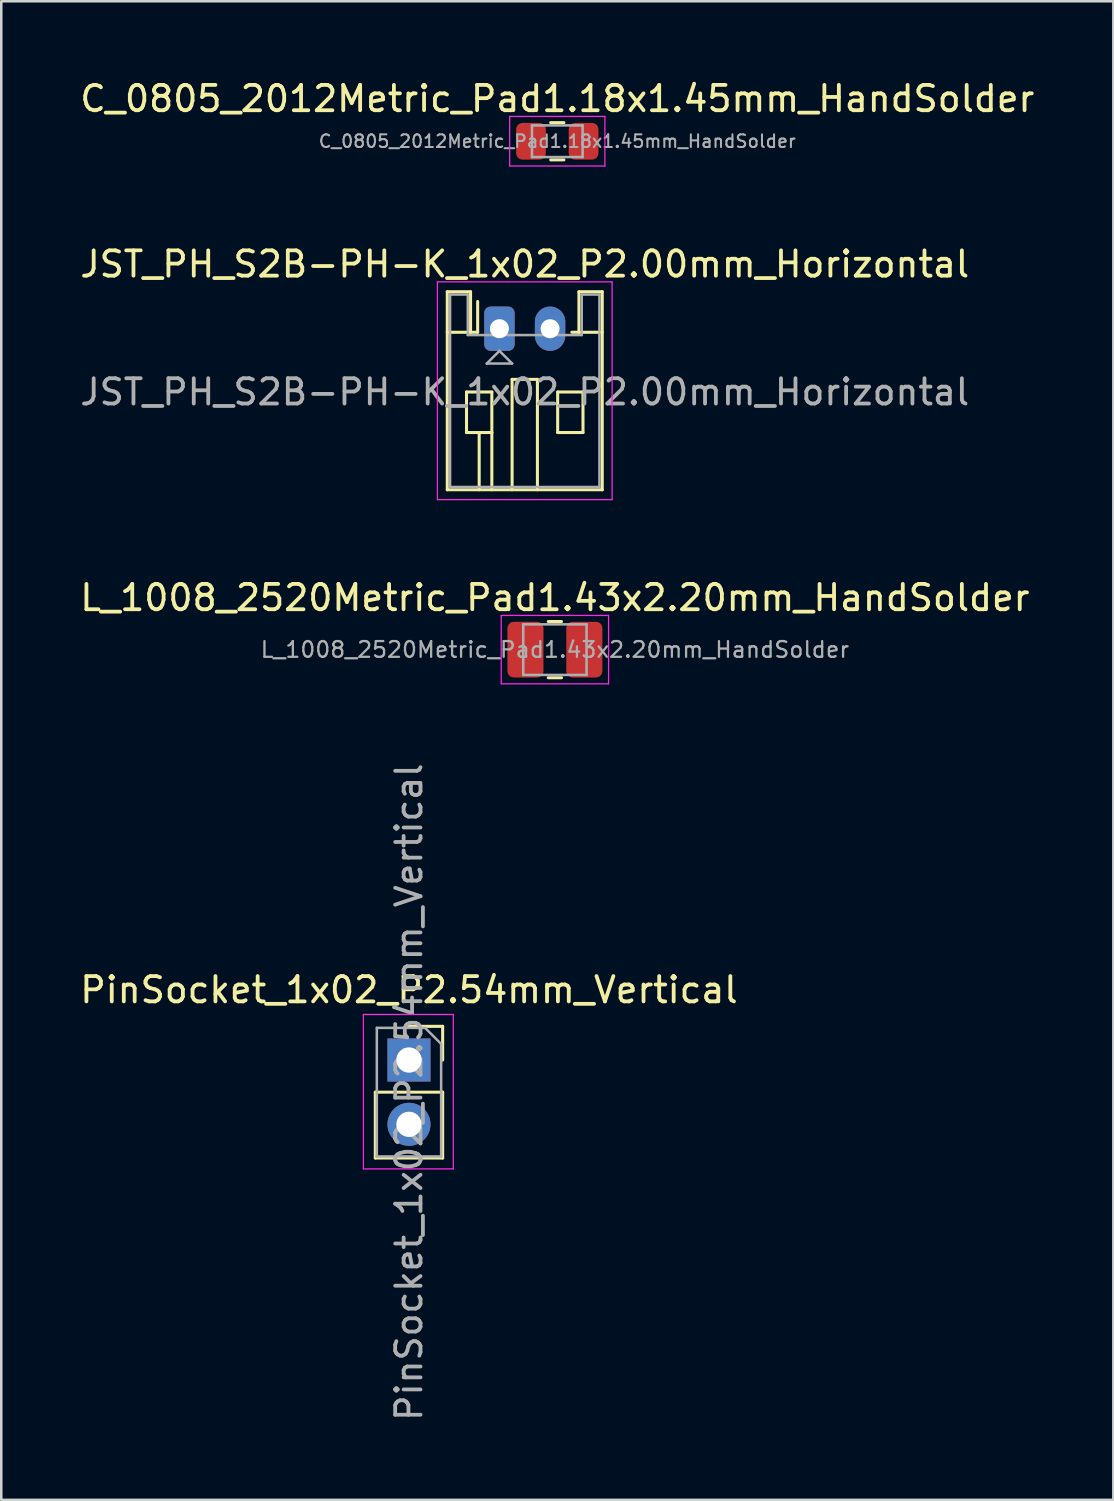
<source format=kicad_pcb>
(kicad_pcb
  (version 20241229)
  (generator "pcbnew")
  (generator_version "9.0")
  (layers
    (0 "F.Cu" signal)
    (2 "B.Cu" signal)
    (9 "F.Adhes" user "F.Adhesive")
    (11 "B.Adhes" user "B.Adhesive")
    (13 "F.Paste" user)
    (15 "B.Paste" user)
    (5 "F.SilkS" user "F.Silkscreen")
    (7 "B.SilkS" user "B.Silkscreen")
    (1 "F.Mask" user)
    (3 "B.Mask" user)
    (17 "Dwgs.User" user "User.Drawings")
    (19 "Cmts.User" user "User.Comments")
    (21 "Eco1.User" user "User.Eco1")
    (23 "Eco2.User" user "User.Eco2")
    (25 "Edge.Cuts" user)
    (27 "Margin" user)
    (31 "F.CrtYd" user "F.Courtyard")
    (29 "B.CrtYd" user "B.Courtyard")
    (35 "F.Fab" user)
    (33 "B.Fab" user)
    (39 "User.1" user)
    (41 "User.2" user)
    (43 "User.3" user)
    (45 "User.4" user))
  (footprint "JST_PH_S2B-PH-K_1x02_P2.00mm_Horizontal"
    (layer "F.Cu")
    (at 16.673 9.931)
    (property "Reference" "JST_PH_S2B-PH-K_1x02_P2.00mm_Horizontal" (at 1 -2.55 0) (layer "F.SilkS") (effects (font (size 1 1) (thickness 0.15))))
    (attr through_hole)
    (fp_line (start -2.06 -1.46) (end -2.06 6.36) (stroke (width 0.12) (type solid)) (layer "F.SilkS"))
    (fp_line (start -2.06 0.14) (end -1.14 0.14) (stroke (width 0.12) (type solid)) (layer "F.SilkS"))
    (fp_line (start -2.06 6.36) (end 4.06 6.36) (stroke (width 0.12) (type solid)) (layer "F.SilkS"))
    (fp_line (start -1.3 2.5) (end -1.3 4.1) (stroke (width 0.12) (type solid)) (layer "F.SilkS"))
    (fp_line (start -1.3 4.1) (end -0.3 4.1) (stroke (width 0.12) (type solid)) (layer "F.SilkS"))
    (fp_line (start -1.14 -1.46) (end -2.06 -1.46) (stroke (width 0.12) (type solid)) (layer "F.SilkS"))
    (fp_line (start -1.14 0.14) (end -1.14 -1.46) (stroke (width 0.12) (type solid)) (layer "F.SilkS"))
    (fp_line (start -0.86 0.14) (end -1.14 0.14) (stroke (width 0.12) (type solid)) (layer "F.SilkS"))
    (fp_line (start -0.86 0.14) (end -0.86 -1.075) (stroke (width 0.12) (type solid)) (layer "F.SilkS"))
    (fp_line (start -0.8 4.1) (end -0.8 6.36) (stroke (width 0.12) (type solid)) (layer "F.SilkS"))
    (fp_line (start -0.3 2.5) (end -1.3 2.5) (stroke (width 0.12) (type solid)) (layer "F.SilkS"))
    (fp_line (start -0.3 4.1) (end -0.3 2.5) (stroke (width 0.12) (type solid)) (layer "F.SilkS"))
    (fp_line (start -0.3 4.1) (end -0.3 6.36) (stroke (width 0.12) (type solid)) (layer "F.SilkS"))
    (fp_line (start 0.5 2) (end 1.5 2) (stroke (width 0.12) (type solid)) (layer "F.SilkS"))
    (fp_line (start 0.5 6.36) (end 0.5 2) (stroke (width 0.12) (type solid)) (layer "F.SilkS"))
    (fp_line (start 1.5 2) (end 1.5 6.36) (stroke (width 0.12) (type solid)) (layer "F.SilkS"))
    (fp_line (start 2.3 2.5) (end 3.3 2.5) (stroke (width 0.12) (type solid)) (layer "F.SilkS"))
    (fp_line (start 2.3 4.1) (end 2.3 2.5) (stroke (width 0.12) (type solid)) (layer "F.SilkS"))
    (fp_line (start 3.14 -1.46) (end 3.14 0.14) (stroke (width 0.12) (type solid)) (layer "F.SilkS"))
    (fp_line (start 3.14 0.14) (end 2.86 0.14) (stroke (width 0.12) (type solid)) (layer "F.SilkS"))
    (fp_line (start 3.3 2.5) (end 3.3 4.1) (stroke (width 0.12) (type solid)) (layer "F.SilkS"))
    (fp_line (start 3.3 4.1) (end 2.3 4.1) (stroke (width 0.12) (type solid)) (layer "F.SilkS"))
    (fp_line (start 4.06 -1.46) (end 3.14 -1.46) (stroke (width 0.12) (type solid)) (layer "F.SilkS"))
    (fp_line (start 4.06 0.14) (end 3.14 0.14) (stroke (width 0.12) (type solid)) (layer "F.SilkS"))
    (fp_line (start 4.06 6.36) (end 4.06 -1.46) (stroke (width 0.12) (type solid)) (layer "F.SilkS"))
    (fp_line (start -2.45 -1.85) (end -2.45 6.75) (stroke (width 0.05) (type solid)) (layer "F.CrtYd"))
    (fp_line (start -2.45 6.75) (end 4.45 6.75) (stroke (width 0.05) (type solid)) (layer "F.CrtYd"))
    (fp_line (start 4.45 -1.85) (end -2.45 -1.85) (stroke (width 0.05) (type solid)) (layer "F.CrtYd"))
    (fp_line (start 4.45 6.75) (end 4.45 -1.85) (stroke (width 0.05) (type solid)) (layer "F.CrtYd"))
    (fp_line (start -1.95 -1.35) (end -1.95 6.25) (stroke (width 0.1) (type solid)) (layer "F.Fab"))
    (fp_line (start -1.95 6.25) (end 3.95 6.25) (stroke (width 0.1) (type solid)) (layer "F.Fab"))
    (fp_line (start -1.25 -1.35) (end -1.95 -1.35) (stroke (width 0.1) (type solid)) (layer "F.Fab"))
    (fp_line (start -1.25 0.25) (end -1.25 -1.35) (stroke (width 0.1) (type solid)) (layer "F.Fab"))
    (fp_line (start -0.5 1.375) (end 0.5 1.375) (stroke (width 0.1) (type solid)) (layer "F.Fab"))
    (fp_line (start 0 0.875) (end -0.5 1.375) (stroke (width 0.1) (type solid)) (layer "F.Fab"))
    (fp_line (start 0.5 1.375) (end 0 0.875) (stroke (width 0.1) (type solid)) (layer "F.Fab"))
    (fp_line (start 3.25 -1.35) (end 3.25 0.25) (stroke (width 0.1) (type solid)) (layer "F.Fab"))
    (fp_line (start 3.25 0.25) (end -1.25 0.25) (stroke (width 0.1) (type solid)) (layer "F.Fab"))
    (fp_line (start 3.95 -1.35) (end 3.25 -1.35) (stroke (width 0.1) (type solid)) (layer "F.Fab"))
    (fp_line (start 3.95 6.25) (end 3.95 -1.35) (stroke (width 0.1) (type solid)) (layer "F.Fab"))
    (fp_text user "${REFERENCE}" (at 1 2.5 0) (layer "F.Fab") (effects (font (size 1 1) (thickness 0.15))))
    (pad "1" thru_hole roundrect (at 0 0 180) (size 1.2 1.75) (drill 0.75) (layers "*.Cu" "*.Mask") (roundrect_rratio 0.208))
    (pad "2" thru_hole oval (at 2 0 180) (size 1.2 1.75) (drill 0.75) (layers "*.Cu" "*.Mask")))
  (footprint "L_1008_2520Metric_Pad1.43x2.20mm_HandSolder"
    (layer "F.Cu")
    (at 18.863 22.605)
    (property "Reference" "L_1008_2520Metric_Pad1.43x2.20mm_HandSolder" (at 0 -2.05 0) (layer "F.SilkS") (effects (font (size 1 1) (thickness 0.15))))
    (attr smd)
    (fp_line (start -0.261 -1.11) (end 0.261 -1.11) (stroke (width 0.12) (type solid)) (layer "F.SilkS"))
    (fp_line (start -0.261 1.11) (end 0.261 1.11) (stroke (width 0.12) (type solid)) (layer "F.SilkS"))
    (fp_line (start -2.12 -1.35) (end 2.12 -1.35) (stroke (width 0.05) (type solid)) (layer "F.CrtYd"))
    (fp_line (start -2.12 1.35) (end -2.12 -1.35) (stroke (width 0.05) (type solid)) (layer "F.CrtYd"))
    (fp_line (start 2.12 -1.35) (end 2.12 1.35) (stroke (width 0.05) (type solid)) (layer "F.CrtYd"))
    (fp_line (start 2.12 1.35) (end -2.12 1.35) (stroke (width 0.05) (type solid)) (layer "F.CrtYd"))
    (fp_line (start -1.25 -1) (end 1.25 -1) (stroke (width 0.1) (type solid)) (layer "F.Fab"))
    (fp_line (start -1.25 1) (end -1.25 -1) (stroke (width 0.1) (type solid)) (layer "F.Fab"))
    (fp_line (start 1.25 -1) (end 1.25 1) (stroke (width 0.1) (type solid)) (layer "F.Fab"))
    (fp_line (start 1.25 1) (end -1.25 1) (stroke (width 0.1) (type solid)) (layer "F.Fab"))
    (fp_text user "${REFERENCE}" (at 0 0 0) (layer "F.Fab") (effects (font (size 0.62 0.62) (thickness 0.09))))
    (pad "1" smd roundrect (at -1.163 0) (size 1.425 2.2) (layers "F.Cu" "F.Mask" "F.Paste") (roundrect_rratio 0.175))
    (pad "2" smd roundrect (at 1.163 0) (size 1.425 2.2) (layers "F.Cu" "F.Mask" "F.Paste") (roundrect_rratio 0.175)))
  (footprint "PinSocket_1x02_P2.54mm_Vertical"
    (layer "F.Cu")
    (at 13.101 38.811)
    (property "Reference" "PinSocket_1x02_P2.54mm_Vertical" (at 0 -2.77 0) (layer "F.SilkS") (effects (font (size 1 1) (thickness 0.15))))
    (attr through_hole)
    (fp_line (start -1.33 1.27) (end -1.33 3.87) (stroke (width 0.12) (type solid)) (layer "F.SilkS"))
    (fp_line (start -1.33 1.27) (end 1.33 1.27) (stroke (width 0.12) (type solid)) (layer "F.SilkS"))
    (fp_line (start -1.33 3.87) (end 1.33 3.87) (stroke (width 0.12) (type solid)) (layer "F.SilkS"))
    (fp_line (start 0 -1.33) (end 1.33 -1.33) (stroke (width 0.12) (type solid)) (layer "F.SilkS"))
    (fp_line (start 1.33 -1.33) (end 1.33 0) (stroke (width 0.12) (type solid)) (layer "F.SilkS"))
    (fp_line (start 1.33 1.27) (end 1.33 3.87) (stroke (width 0.12) (type solid)) (layer "F.SilkS"))
    (fp_line (start -1.8 -1.8) (end 1.75 -1.8) (stroke (width 0.05) (type solid)) (layer "F.CrtYd"))
    (fp_line (start -1.8 4.3) (end -1.8 -1.8) (stroke (width 0.05) (type solid)) (layer "F.CrtYd"))
    (fp_line (start 1.75 -1.8) (end 1.75 4.3) (stroke (width 0.05) (type solid)) (layer "F.CrtYd"))
    (fp_line (start 1.75 4.3) (end -1.8 4.3) (stroke (width 0.05) (type solid)) (layer "F.CrtYd"))
    (fp_line (start -1.27 -1.27) (end 0.635 -1.27) (stroke (width 0.1) (type solid)) (layer "F.Fab"))
    (fp_line (start -1.27 3.81) (end -1.27 -1.27) (stroke (width 0.1) (type solid)) (layer "F.Fab"))
    (fp_line (start 0.635 -1.27) (end 1.27 -0.635) (stroke (width 0.1) (type solid)) (layer "F.Fab"))
    (fp_line (start 1.27 -0.635) (end 1.27 3.81) (stroke (width 0.1) (type solid)) (layer "F.Fab"))
    (fp_line (start 1.27 3.81) (end -1.27 3.81) (stroke (width 0.1) (type solid)) (layer "F.Fab"))
    (fp_text user "${REFERENCE}" (at 0 1.27 90) (layer "F.Fab") (effects (font (size 1 1) (thickness 0.15))))
    (pad "1" thru_hole rect (at 0 0) (size 1.7 1.7) (drill 1) (layers "*.Cu" "*.Mask"))
    (pad "2" thru_hole oval (at 0 2.54) (size 1.7 1.7) (drill 1) (layers "*.Cu" "*.Mask")))
  (footprint "C_0805_2012Metric_Pad1.18x1.45mm_HandSolder"
    (layer "F.Cu")
    (at 18.958 2.528)
    (property "Reference" "C_0805_2012Metric_Pad1.18x1.45mm_HandSolder" (at 0 -1.68 0) (layer "F.SilkS") (effects (font (size 1 1) (thickness 0.15))))
    (attr smd)
    (fp_line (start -0.261 -0.735) (end 0.261 -0.735) (stroke (width 0.12) (type solid)) (layer "F.SilkS"))
    (fp_line (start -0.261 0.735) (end 0.261 0.735) (stroke (width 0.12) (type solid)) (layer "F.SilkS"))
    (fp_line (start -1.88 -0.98) (end 1.88 -0.98) (stroke (width 0.05) (type solid)) (layer "F.CrtYd"))
    (fp_line (start -1.88 0.98) (end -1.88 -0.98) (stroke (width 0.05) (type solid)) (layer "F.CrtYd"))
    (fp_line (start 1.88 -0.98) (end 1.88 0.98) (stroke (width 0.05) (type solid)) (layer "F.CrtYd"))
    (fp_line (start 1.88 0.98) (end -1.88 0.98) (stroke (width 0.05) (type solid)) (layer "F.CrtYd"))
    (fp_line (start -1 -0.625) (end 1 -0.625) (stroke (width 0.1) (type solid)) (layer "F.Fab"))
    (fp_line (start -1 0.625) (end -1 -0.625) (stroke (width 0.1) (type solid)) (layer "F.Fab"))
    (fp_line (start 1 -0.625) (end 1 0.625) (stroke (width 0.1) (type solid)) (layer "F.Fab"))
    (fp_line (start 1 0.625) (end -1 0.625) (stroke (width 0.1) (type solid)) (layer "F.Fab"))
    (fp_text user "${REFERENCE}" (at 0 0 0) (layer "F.Fab") (effects (font (size 0.5 0.5) (thickness 0.08))))
    (pad "1" smd roundrect (at -1.038 0) (size 1.175 1.45) (layers "F.Cu" "F.Mask" "F.Paste") (roundrect_rratio 0.213))
    (pad "2" smd roundrect (at 1.038 0) (size 1.175 1.45) (layers "F.Cu" "F.Mask" "F.Paste") (roundrect_rratio 0.213)))
  (gr_rect
    (start -3 -3)
    (end 40.917 56.182)
    (stroke (width 0.1) (type default))
    (fill no)
    (layer "Edge.Cuts")))
</source>
